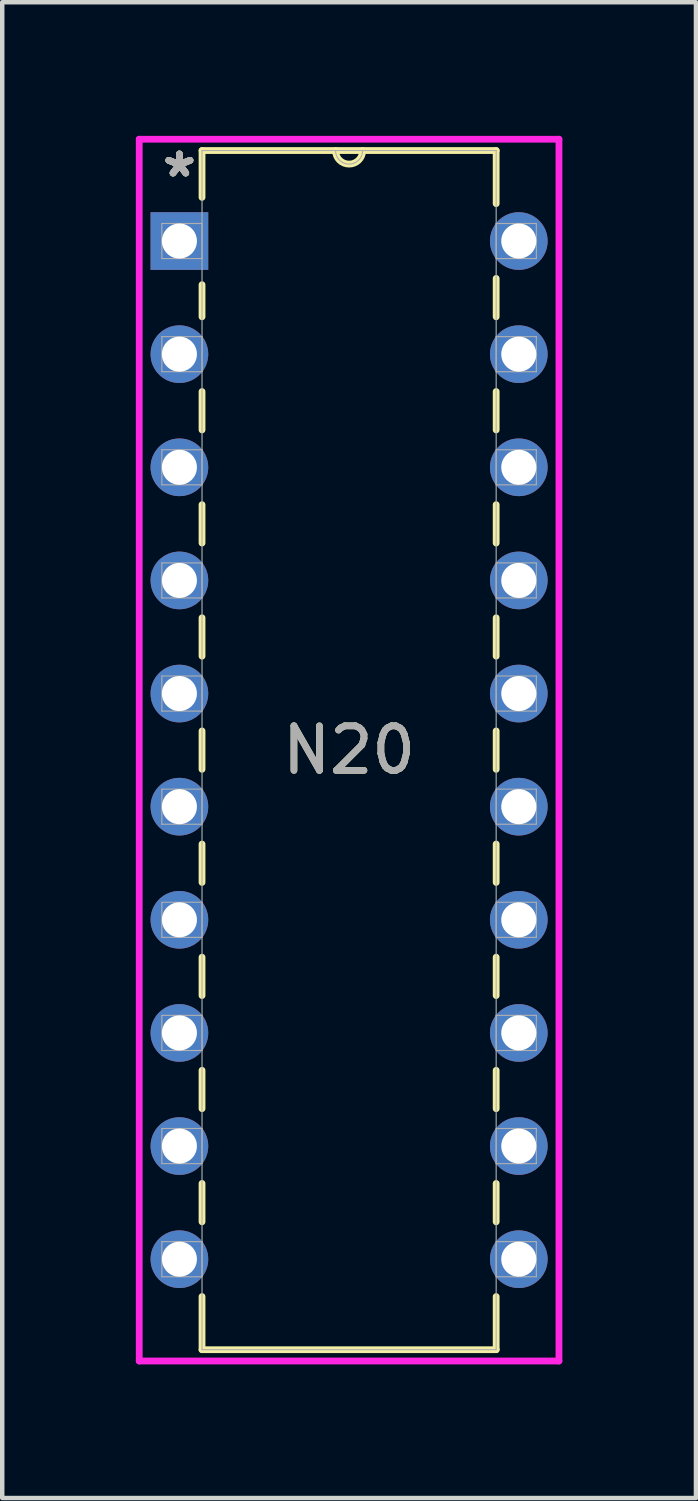
<source format=kicad_pcb>
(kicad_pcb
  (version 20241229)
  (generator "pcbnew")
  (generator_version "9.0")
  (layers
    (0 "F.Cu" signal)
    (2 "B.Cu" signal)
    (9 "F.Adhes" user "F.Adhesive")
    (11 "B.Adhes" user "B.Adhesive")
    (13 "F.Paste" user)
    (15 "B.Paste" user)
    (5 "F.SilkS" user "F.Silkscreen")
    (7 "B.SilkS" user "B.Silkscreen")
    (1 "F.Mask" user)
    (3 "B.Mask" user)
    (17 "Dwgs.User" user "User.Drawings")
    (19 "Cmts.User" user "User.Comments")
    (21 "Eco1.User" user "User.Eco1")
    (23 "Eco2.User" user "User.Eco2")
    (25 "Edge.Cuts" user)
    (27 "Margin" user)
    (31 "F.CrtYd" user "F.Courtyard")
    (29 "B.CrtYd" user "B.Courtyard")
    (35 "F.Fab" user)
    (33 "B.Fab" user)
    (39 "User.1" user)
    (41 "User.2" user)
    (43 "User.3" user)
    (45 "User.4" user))
  (footprint "N20"
    (layer "F.Cu")
    (at 8.598 25.222)
    (property "Reference" "N20" (at -3.81 -11.43 0) (unlocked yes) (layer "F.SilkS") (effects (font (size 1 1) (thickness 0.15))))
    (attr through_hole)
    (fp_line (start -7.112 -24.892) (end -7.112 -23.84) (stroke (width 0.152) (type solid)) (layer "F.SilkS"))
    (fp_line (start -7.112 -21.88) (end -7.112 -21.159) (stroke (width 0.152) (type solid)) (layer "F.SilkS"))
    (fp_line (start -7.112 -19.481) (end -7.112 -18.619) (stroke (width 0.152) (type solid)) (layer "F.SilkS"))
    (fp_line (start -7.112 -16.941) (end -7.112 -16.079) (stroke (width 0.152) (type solid)) (layer "F.SilkS"))
    (fp_line (start -7.112 -14.401) (end -7.112 -13.539) (stroke (width 0.152) (type solid)) (layer "F.SilkS"))
    (fp_line (start -7.112 -11.861) (end -7.112 -10.999) (stroke (width 0.152) (type solid)) (layer "F.SilkS"))
    (fp_line (start -7.112 -9.321) (end -7.112 -8.459) (stroke (width 0.152) (type solid)) (layer "F.SilkS"))
    (fp_line (start -7.112 -6.781) (end -7.112 -5.919) (stroke (width 0.152) (type solid)) (layer "F.SilkS"))
    (fp_line (start -7.112 -4.241) (end -7.112 -3.379) (stroke (width 0.152) (type solid)) (layer "F.SilkS"))
    (fp_line (start -7.112 -1.701) (end -7.112 -0.839) (stroke (width 0.152) (type solid)) (layer "F.SilkS"))
    (fp_line (start -7.112 0.839) (end -7.112 2.032) (stroke (width 0.152) (type solid)) (layer "F.SilkS"))
    (fp_line (start -7.112 2.032) (end -0.508 2.032) (stroke (width 0.152) (type solid)) (layer "F.SilkS"))
    (fp_line (start -0.508 -24.892) (end -7.112 -24.892) (stroke (width 0.152) (type solid)) (layer "F.SilkS"))
    (fp_line (start -0.508 -23.699) (end -0.508 -24.892) (stroke (width 0.152) (type solid)) (layer "F.SilkS"))
    (fp_line (start -0.508 -21.159) (end -0.508 -22.021) (stroke (width 0.152) (type solid)) (layer "F.SilkS"))
    (fp_line (start -0.508 -18.619) (end -0.508 -19.481) (stroke (width 0.152) (type solid)) (layer "F.SilkS"))
    (fp_line (start -0.508 -16.079) (end -0.508 -16.941) (stroke (width 0.152) (type solid)) (layer "F.SilkS"))
    (fp_line (start -0.508 -13.539) (end -0.508 -14.401) (stroke (width 0.152) (type solid)) (layer "F.SilkS"))
    (fp_line (start -0.508 -10.999) (end -0.508 -11.861) (stroke (width 0.152) (type solid)) (layer "F.SilkS"))
    (fp_line (start -0.508 -8.459) (end -0.508 -9.321) (stroke (width 0.152) (type solid)) (layer "F.SilkS"))
    (fp_line (start -0.508 -5.919) (end -0.508 -6.781) (stroke (width 0.152) (type solid)) (layer "F.SilkS"))
    (fp_line (start -0.508 -3.379) (end -0.508 -4.241) (stroke (width 0.152) (type solid)) (layer "F.SilkS"))
    (fp_line (start -0.508 -0.839) (end -0.508 -1.701) (stroke (width 0.152) (type solid)) (layer "F.SilkS"))
    (fp_line (start -0.508 2.032) (end -0.508 0.839) (stroke (width 0.152) (type solid)) (layer "F.SilkS"))
    (fp_arc (start -3.5052 -24.892) (mid -3.81 -24.5872) (end -4.1148 -24.892) (stroke (width 0.1524) (type solid)) (layer "F.SilkS"))
    (fp_line (start -8.522 -25.146) (end -8.522 2.286) (stroke (width 0.152) (type solid)) (layer "F.CrtYd"))
    (fp_line (start -8.522 2.286) (end 0.902 2.286) (stroke (width 0.152) (type solid)) (layer "F.CrtYd"))
    (fp_line (start 0.902 -25.146) (end -8.522 -25.146) (stroke (width 0.152) (type solid)) (layer "F.CrtYd"))
    (fp_line (start 0.902 2.286) (end 0.902 -25.146) (stroke (width 0.152) (type solid)) (layer "F.CrtYd"))
    (fp_line (start -8.014 -23.254) (end -8.014 -22.466) (stroke (width 0.025) (type solid)) (layer "F.Fab"))
    (fp_line (start -8.014 -22.466) (end -7.112 -22.466) (stroke (width 0.025) (type solid)) (layer "F.Fab"))
    (fp_line (start -8.014 -20.714) (end -8.014 -19.926) (stroke (width 0.025) (type solid)) (layer "F.Fab"))
    (fp_line (start -8.014 -19.926) (end -7.112 -19.926) (stroke (width 0.025) (type solid)) (layer "F.Fab"))
    (fp_line (start -8.014 -18.174) (end -8.014 -17.386) (stroke (width 0.025) (type solid)) (layer "F.Fab"))
    (fp_line (start -8.014 -17.386) (end -7.112 -17.386) (stroke (width 0.025) (type solid)) (layer "F.Fab"))
    (fp_line (start -8.014 -15.634) (end -8.014 -14.846) (stroke (width 0.025) (type solid)) (layer "F.Fab"))
    (fp_line (start -8.014 -14.846) (end -7.112 -14.846) (stroke (width 0.025) (type solid)) (layer "F.Fab"))
    (fp_line (start -8.014 -13.094) (end -8.014 -12.306) (stroke (width 0.025) (type solid)) (layer "F.Fab"))
    (fp_line (start -8.014 -12.306) (end -7.112 -12.306) (stroke (width 0.025) (type solid)) (layer "F.Fab"))
    (fp_line (start -8.014 -10.554) (end -8.014 -9.766) (stroke (width 0.025) (type solid)) (layer "F.Fab"))
    (fp_line (start -8.014 -9.766) (end -7.112 -9.766) (stroke (width 0.025) (type solid)) (layer "F.Fab"))
    (fp_line (start -8.014 -8.014) (end -8.014 -7.226) (stroke (width 0.025) (type solid)) (layer "F.Fab"))
    (fp_line (start -8.014 -7.226) (end -7.112 -7.226) (stroke (width 0.025) (type solid)) (layer "F.Fab"))
    (fp_line (start -8.014 -5.474) (end -8.014 -4.686) (stroke (width 0.025) (type solid)) (layer "F.Fab"))
    (fp_line (start -8.014 -4.686) (end -7.112 -4.686) (stroke (width 0.025) (type solid)) (layer "F.Fab"))
    (fp_line (start -8.014 -2.934) (end -8.014 -2.146) (stroke (width 0.025) (type solid)) (layer "F.Fab"))
    (fp_line (start -8.014 -2.146) (end -7.112 -2.146) (stroke (width 0.025) (type solid)) (layer "F.Fab"))
    (fp_line (start -8.014 -0.394) (end -8.014 0.394) (stroke (width 0.025) (type solid)) (layer "F.Fab"))
    (fp_line (start -8.014 0.394) (end -7.112 0.394) (stroke (width 0.025) (type solid)) (layer "F.Fab"))
    (fp_line (start -7.112 -24.892) (end -7.112 2.032) (stroke (width 0.025) (type solid)) (layer "F.Fab"))
    (fp_line (start -7.112 -23.254) (end -8.014 -23.254) (stroke (width 0.025) (type solid)) (layer "F.Fab"))
    (fp_line (start -7.112 -22.466) (end -7.112 -23.254) (stroke (width 0.025) (type solid)) (layer "F.Fab"))
    (fp_line (start -7.112 -20.714) (end -8.014 -20.714) (stroke (width 0.025) (type solid)) (layer "F.Fab"))
    (fp_line (start -7.112 -19.926) (end -7.112 -20.714) (stroke (width 0.025) (type solid)) (layer "F.Fab"))
    (fp_line (start -7.112 -18.174) (end -8.014 -18.174) (stroke (width 0.025) (type solid)) (layer "F.Fab"))
    (fp_line (start -7.112 -17.386) (end -7.112 -18.174) (stroke (width 0.025) (type solid)) (layer "F.Fab"))
    (fp_line (start -7.112 -15.634) (end -8.014 -15.634) (stroke (width 0.025) (type solid)) (layer "F.Fab"))
    (fp_line (start -7.112 -14.846) (end -7.112 -15.634) (stroke (width 0.025) (type solid)) (layer "F.Fab"))
    (fp_line (start -7.112 -13.094) (end -8.014 -13.094) (stroke (width 0.025) (type solid)) (layer "F.Fab"))
    (fp_line (start -7.112 -12.306) (end -7.112 -13.094) (stroke (width 0.025) (type solid)) (layer "F.Fab"))
    (fp_line (start -7.112 -10.554) (end -8.014 -10.554) (stroke (width 0.025) (type solid)) (layer "F.Fab"))
    (fp_line (start -7.112 -9.766) (end -7.112 -10.554) (stroke (width 0.025) (type solid)) (layer "F.Fab"))
    (fp_line (start -7.112 -8.014) (end -8.014 -8.014) (stroke (width 0.025) (type solid)) (layer "F.Fab"))
    (fp_line (start -7.112 -7.226) (end -7.112 -8.014) (stroke (width 0.025) (type solid)) (layer "F.Fab"))
    (fp_line (start -7.112 -5.474) (end -8.014 -5.474) (stroke (width 0.025) (type solid)) (layer "F.Fab"))
    (fp_line (start -7.112 -4.686) (end -7.112 -5.474) (stroke (width 0.025) (type solid)) (layer "F.Fab"))
    (fp_line (start -7.112 -2.934) (end -8.014 -2.934) (stroke (width 0.025) (type solid)) (layer "F.Fab"))
    (fp_line (start -7.112 -2.146) (end -7.112 -2.934) (stroke (width 0.025) (type solid)) (layer "F.Fab"))
    (fp_line (start -7.112 -0.394) (end -8.014 -0.394) (stroke (width 0.025) (type solid)) (layer "F.Fab"))
    (fp_line (start -7.112 0.394) (end -7.112 -0.394) (stroke (width 0.025) (type solid)) (layer "F.Fab"))
    (fp_line (start -7.112 2.032) (end -0.508 2.032) (stroke (width 0.025) (type solid)) (layer "F.Fab"))
    (fp_line (start -0.508 -24.892) (end -7.112 -24.892) (stroke (width 0.025) (type solid)) (layer "F.Fab"))
    (fp_line (start -0.508 -23.254) (end -0.508 -22.466) (stroke (width 0.025) (type solid)) (layer "F.Fab"))
    (fp_line (start -0.508 -22.466) (end 0.394 -22.466) (stroke (width 0.025) (type solid)) (layer "F.Fab"))
    (fp_line (start -0.508 -20.714) (end -0.508 -19.926) (stroke (width 0.025) (type solid)) (layer "F.Fab"))
    (fp_line (start -0.508 -19.926) (end 0.394 -19.926) (stroke (width 0.025) (type solid)) (layer "F.Fab"))
    (fp_line (start -0.508 -18.174) (end -0.508 -17.386) (stroke (width 0.025) (type solid)) (layer "F.Fab"))
    (fp_line (start -0.508 -17.386) (end 0.394 -17.386) (stroke (width 0.025) (type solid)) (layer "F.Fab"))
    (fp_line (start -0.508 -15.634) (end -0.508 -14.846) (stroke (width 0.025) (type solid)) (layer "F.Fab"))
    (fp_line (start -0.508 -14.846) (end 0.394 -14.846) (stroke (width 0.025) (type solid)) (layer "F.Fab"))
    (fp_line (start -0.508 -13.094) (end -0.508 -12.306) (stroke (width 0.025) (type solid)) (layer "F.Fab"))
    (fp_line (start -0.508 -12.306) (end 0.394 -12.306) (stroke (width 0.025) (type solid)) (layer "F.Fab"))
    (fp_line (start -0.508 -10.554) (end -0.508 -9.766) (stroke (width 0.025) (type solid)) (layer "F.Fab"))
    (fp_line (start -0.508 -9.766) (end 0.394 -9.766) (stroke (width 0.025) (type solid)) (layer "F.Fab"))
    (fp_line (start -0.508 -8.014) (end -0.508 -7.226) (stroke (width 0.025) (type solid)) (layer "F.Fab"))
    (fp_line (start -0.508 -7.226) (end 0.394 -7.226) (stroke (width 0.025) (type solid)) (layer "F.Fab"))
    (fp_line (start -0.508 -5.474) (end -0.508 -4.686) (stroke (width 0.025) (type solid)) (layer "F.Fab"))
    (fp_line (start -0.508 -4.686) (end 0.394 -4.686) (stroke (width 0.025) (type solid)) (layer "F.Fab"))
    (fp_line (start -0.508 -2.934) (end -0.508 -2.146) (stroke (width 0.025) (type solid)) (layer "F.Fab"))
    (fp_line (start -0.508 -2.146) (end 0.394 -2.146) (stroke (width 0.025) (type solid)) (layer "F.Fab"))
    (fp_line (start -0.508 -0.394) (end -0.508 0.394) (stroke (width 0.025) (type solid)) (layer "F.Fab"))
    (fp_line (start -0.508 0.394) (end 0.394 0.394) (stroke (width 0.025) (type solid)) (layer "F.Fab"))
    (fp_line (start -0.508 2.032) (end -0.508 -24.892) (stroke (width 0.025) (type solid)) (layer "F.Fab"))
    (fp_line (start 0.394 -23.254) (end -0.508 -23.254) (stroke (width 0.025) (type solid)) (layer "F.Fab"))
    (fp_line (start 0.394 -22.466) (end 0.394 -23.254) (stroke (width 0.025) (type solid)) (layer "F.Fab"))
    (fp_line (start 0.394 -20.714) (end -0.508 -20.714) (stroke (width 0.025) (type solid)) (layer "F.Fab"))
    (fp_line (start 0.394 -19.926) (end 0.394 -20.714) (stroke (width 0.025) (type solid)) (layer "F.Fab"))
    (fp_line (start 0.394 -18.174) (end -0.508 -18.174) (stroke (width 0.025) (type solid)) (layer "F.Fab"))
    (fp_line (start 0.394 -17.386) (end 0.394 -18.174) (stroke (width 0.025) (type solid)) (layer "F.Fab"))
    (fp_line (start 0.394 -15.634) (end -0.508 -15.634) (stroke (width 0.025) (type solid)) (layer "F.Fab"))
    (fp_line (start 0.394 -14.846) (end 0.394 -15.634) (stroke (width 0.025) (type solid)) (layer "F.Fab"))
    (fp_line (start 0.394 -13.094) (end -0.508 -13.094) (stroke (width 0.025) (type solid)) (layer "F.Fab"))
    (fp_line (start 0.394 -12.306) (end 0.394 -13.094) (stroke (width 0.025) (type solid)) (layer "F.Fab"))
    (fp_line (start 0.394 -10.554) (end -0.508 -10.554) (stroke (width 0.025) (type solid)) (layer "F.Fab"))
    (fp_line (start 0.394 -9.766) (end 0.394 -10.554) (stroke (width 0.025) (type solid)) (layer "F.Fab"))
    (fp_line (start 0.394 -8.014) (end -0.508 -8.014) (stroke (width 0.025) (type solid)) (layer "F.Fab"))
    (fp_line (start 0.394 -7.226) (end 0.394 -8.014) (stroke (width 0.025) (type solid)) (layer "F.Fab"))
    (fp_line (start 0.394 -5.474) (end -0.508 -5.474) (stroke (width 0.025) (type solid)) (layer "F.Fab"))
    (fp_line (start 0.394 -4.686) (end 0.394 -5.474) (stroke (width 0.025) (type solid)) (layer "F.Fab"))
    (fp_line (start 0.394 -2.934) (end -0.508 -2.934) (stroke (width 0.025) (type solid)) (layer "F.Fab"))
    (fp_line (start 0.394 -2.146) (end 0.394 -2.934) (stroke (width 0.025) (type solid)) (layer "F.Fab"))
    (fp_line (start 0.394 -0.394) (end -0.508 -0.394) (stroke (width 0.025) (type solid)) (layer "F.Fab"))
    (fp_line (start 0.394 0.394) (end 0.394 -0.394) (stroke (width 0.025) (type solid)) (layer "F.Fab"))
    (fp_arc (start -3.5052 -24.892) (mid -3.81 -24.5872) (end -4.1148 -24.892) (stroke (width 0.0254) (type solid)) (layer "F.Fab"))
    (fp_text user "*" (at -7.62 -24.27 0) (unlocked yes) (layer "F.SilkS") (effects (font (size 1 1) (thickness 0.15))))
    (fp_text user "*" (at -7.62 -24.27 0) (layer "F.SilkS") (effects (font (size 1 1) (thickness 0.15))))
    (fp_text user "${REFERENCE}" (at -3.81 -11.43 0) (unlocked yes) (layer "F.Fab") (effects (font (size 1 1) (thickness 0.15))))
    (fp_text user "*" (at -7.62 -24.27 0) (layer "F.Fab") (effects (font (size 1 1) (thickness 0.15))))
    (fp_text user "*" (at -7.62 -24.27 0) (unlocked yes) (layer "F.Fab") (effects (font (size 1 1) (thickness 0.15))))
    (pad "1" thru_hole rect (at -7.62 -22.86) (size 1.295 1.295) (drill 0.787) (layers "*.Cu" "*.Mask"))
    (pad "2" thru_hole circle (at -7.62 -20.32) (size 1.295 1.295) (drill 0.787) (layers "*.Cu" "*.Mask"))
    (pad "3" thru_hole circle (at -7.62 -17.78) (size 1.295 1.295) (drill 0.787) (layers "*.Cu" "*.Mask"))
    (pad "4" thru_hole circle (at -7.62 -15.24) (size 1.295 1.295) (drill 0.787) (layers "*.Cu" "*.Mask"))
    (pad "5" thru_hole circle (at -7.62 -12.7) (size 1.295 1.295) (drill 0.787) (layers "*.Cu" "*.Mask"))
    (pad "6" thru_hole circle (at -7.62 -10.16) (size 1.295 1.295) (drill 0.787) (layers "*.Cu" "*.Mask"))
    (pad "7" thru_hole circle (at -7.62 -7.62) (size 1.295 1.295) (drill 0.787) (layers "*.Cu" "*.Mask"))
    (pad "8" thru_hole circle (at -7.62 -5.08) (size 1.295 1.295) (drill 0.787) (layers "*.Cu" "*.Mask"))
    (pad "9" thru_hole circle (at -7.62 -2.54) (size 1.295 1.295) (drill 0.787) (layers "*.Cu" "*.Mask"))
    (pad "10" thru_hole circle (at -7.62 0) (size 1.295 1.295) (drill 0.787) (layers "*.Cu" "*.Mask"))
    (pad "11" thru_hole circle (at 0 0) (size 1.295 1.295) (drill 0.787) (layers "*.Cu" "*.Mask"))
    (pad "12" thru_hole circle (at 0 -2.54) (size 1.295 1.295) (drill 0.787) (layers "*.Cu" "*.Mask"))
    (pad "13" thru_hole circle (at 0 -5.08) (size 1.295 1.295) (drill 0.787) (layers "*.Cu" "*.Mask"))
    (pad "14" thru_hole circle (at 0 -7.62) (size 1.295 1.295) (drill 0.787) (layers "*.Cu" "*.Mask"))
    (pad "15" thru_hole circle (at 0 -10.16) (size 1.295 1.295) (drill 0.787) (layers "*.Cu" "*.Mask"))
    (pad "16" thru_hole circle (at 0 -12.7) (size 1.295 1.295) (drill 0.787) (layers "*.Cu" "*.Mask"))
    (pad "17" thru_hole circle (at 0 -15.24) (size 1.295 1.295) (drill 0.787) (layers "*.Cu" "*.Mask"))
    (pad "18" thru_hole circle (at 0 -17.78) (size 1.295 1.295) (drill 0.787) (layers "*.Cu" "*.Mask"))
    (pad "19" thru_hole circle (at 0 -20.32) (size 1.295 1.295) (drill 0.787) (layers "*.Cu" "*.Mask"))
    (pad "20" thru_hole circle (at 0 -22.86) (size 1.295 1.295) (drill 0.787) (layers "*.Cu" "*.Mask")))
  (gr_rect
    (start -3 -3)
    (end 12.576 30.584)
    (stroke (width 0.1) (type default))
    (fill no)
    (layer "Edge.Cuts")))
</source>
